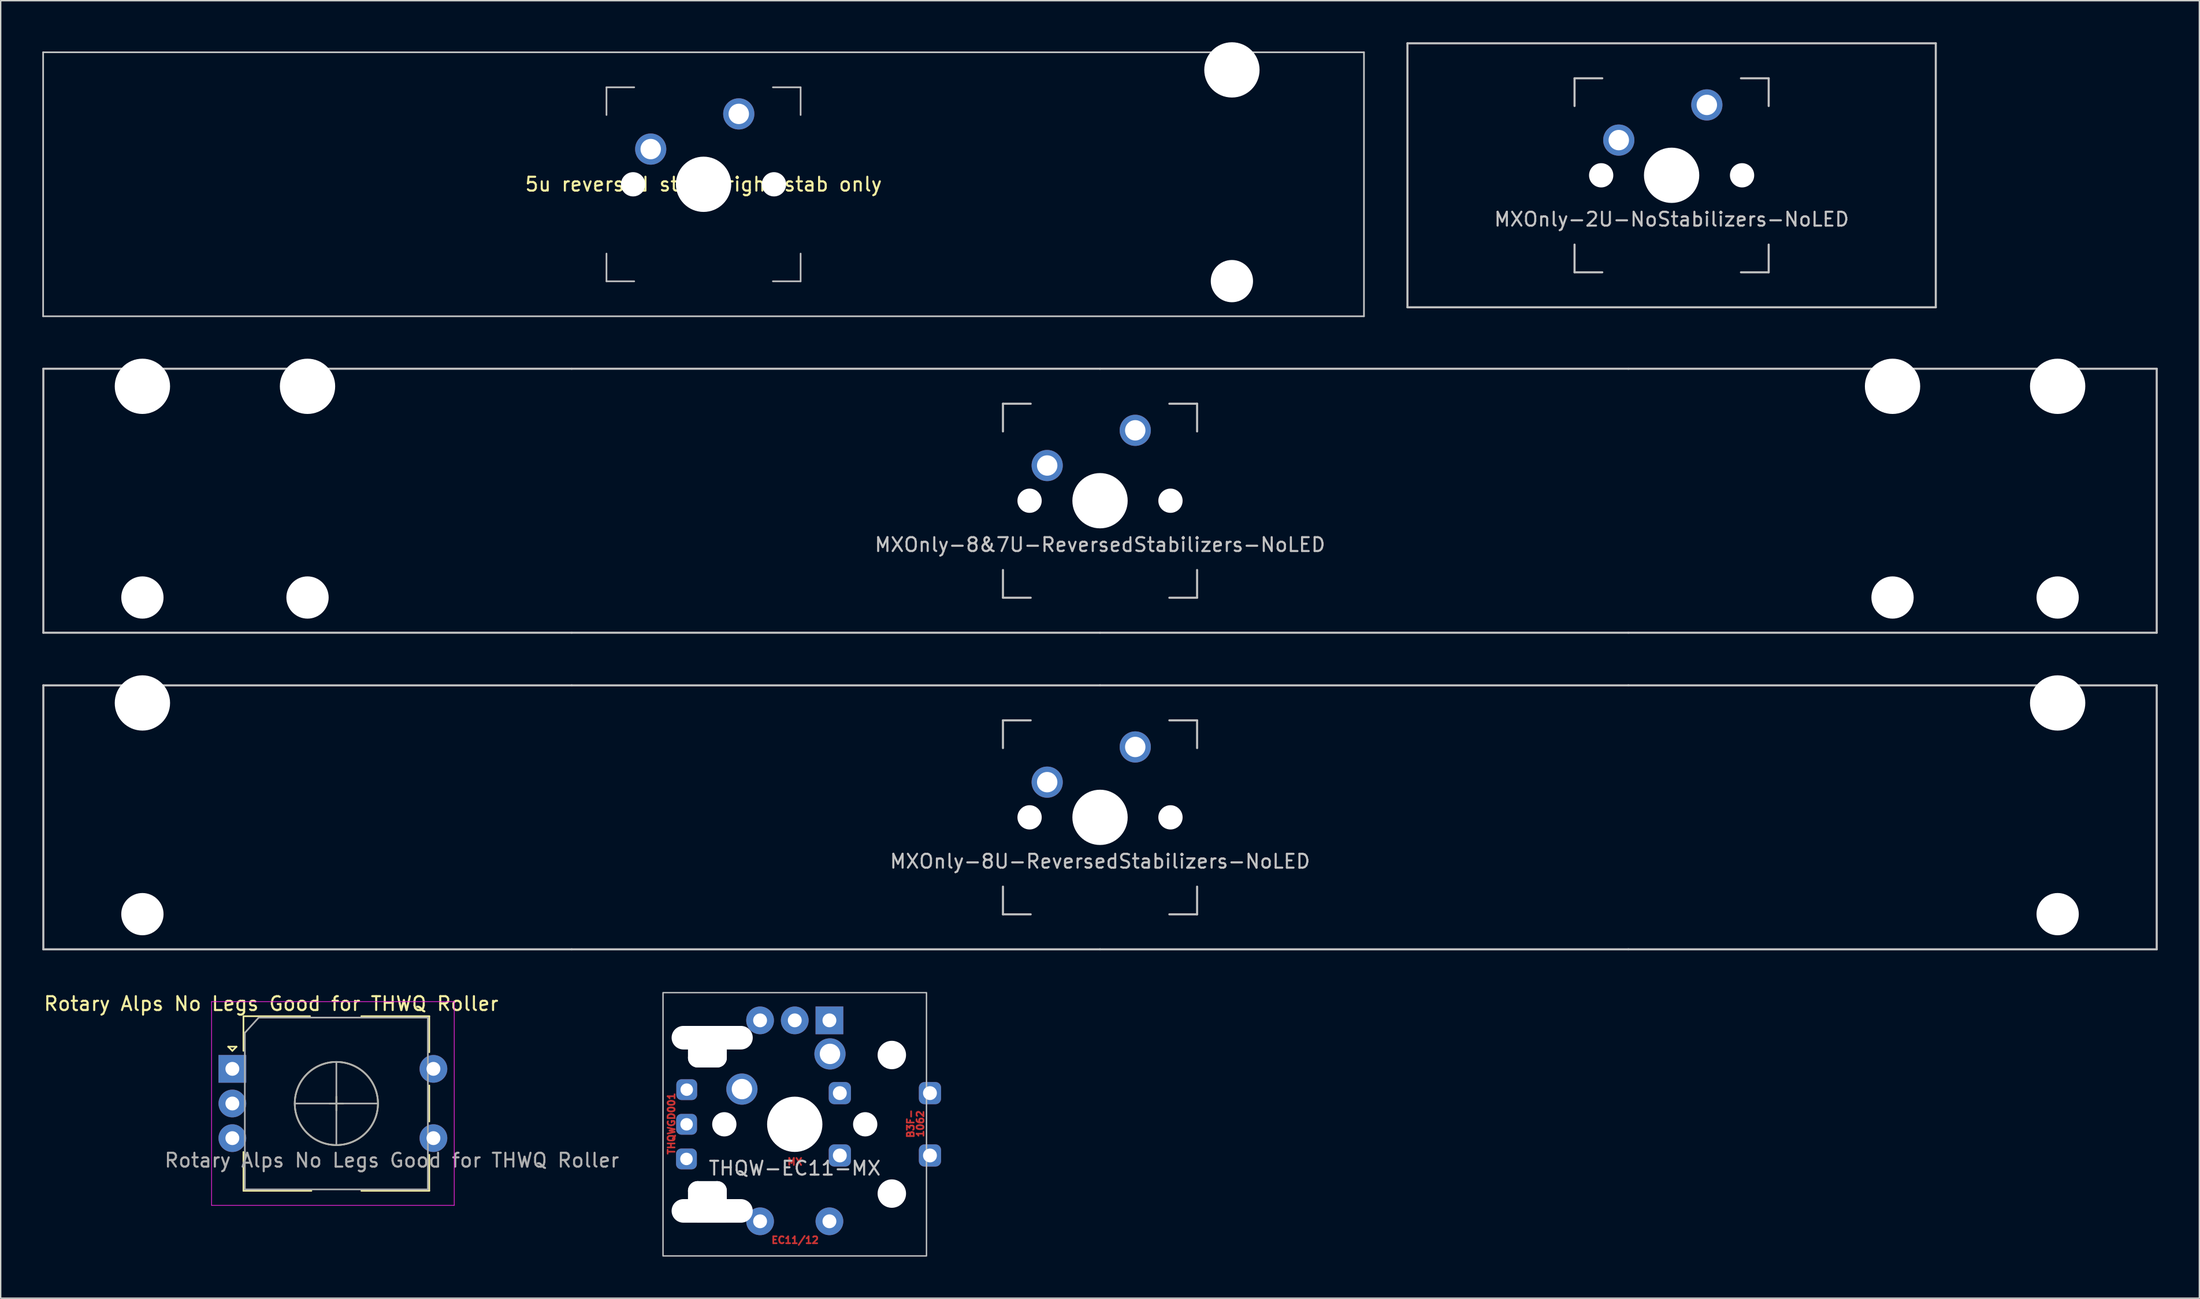
<source format=kicad_pcb>
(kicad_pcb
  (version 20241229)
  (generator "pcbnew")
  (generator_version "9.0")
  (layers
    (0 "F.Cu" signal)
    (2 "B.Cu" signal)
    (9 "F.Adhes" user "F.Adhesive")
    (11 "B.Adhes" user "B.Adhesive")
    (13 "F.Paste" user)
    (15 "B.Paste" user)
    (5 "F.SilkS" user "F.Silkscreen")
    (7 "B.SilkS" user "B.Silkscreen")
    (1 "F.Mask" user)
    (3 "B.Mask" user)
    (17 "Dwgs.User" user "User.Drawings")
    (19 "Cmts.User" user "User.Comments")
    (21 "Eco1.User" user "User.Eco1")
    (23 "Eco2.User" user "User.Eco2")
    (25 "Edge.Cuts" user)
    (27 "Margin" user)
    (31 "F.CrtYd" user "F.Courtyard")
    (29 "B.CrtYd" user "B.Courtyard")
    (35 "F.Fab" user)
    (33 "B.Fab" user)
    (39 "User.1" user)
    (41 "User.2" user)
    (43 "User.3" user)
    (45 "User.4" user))
  (footprint "MXOnly-2U-NoStabilizers-NoLED"
    (layer "F.Cu")
    (at 117.495 9.6)
    (property "Reference" "MXOnly-2U-NoStabilizers-NoLED" (at 0 3.175 0) (layer "Dwgs.User") (effects (font (size 1 1) (thickness 0.15))))
    (attr through_hole)
    (fp_line (start -19.05 -9.525) (end 19.05 -9.525) (stroke (width 0.15) (type solid)) (layer "Dwgs.User"))
    (fp_line (start -19.05 9.525) (end -19.05 -9.525) (stroke (width 0.15) (type solid)) (layer "Dwgs.User"))
    (fp_line (start -19.05 9.525) (end 19.05 9.525) (stroke (width 0.15) (type solid)) (layer "Dwgs.User"))
    (fp_line (start -7 -7) (end -7 -5) (stroke (width 0.15) (type solid)) (layer "Dwgs.User"))
    (fp_line (start -7 5) (end -7 7) (stroke (width 0.15) (type solid)) (layer "Dwgs.User"))
    (fp_line (start -7 7) (end -5 7) (stroke (width 0.15) (type solid)) (layer "Dwgs.User"))
    (fp_line (start -5 -7) (end -7 -7) (stroke (width 0.15) (type solid)) (layer "Dwgs.User"))
    (fp_line (start 5 -7) (end 7 -7) (stroke (width 0.15) (type solid)) (layer "Dwgs.User"))
    (fp_line (start 5 7) (end 7 7) (stroke (width 0.15) (type solid)) (layer "Dwgs.User"))
    (fp_line (start 7 -7) (end 7 -5) (stroke (width 0.15) (type solid)) (layer "Dwgs.User"))
    (fp_line (start 7 7) (end 7 5) (stroke (width 0.15) (type solid)) (layer "Dwgs.User"))
    (fp_line (start 19.05 -9.525) (end 19.05 9.525) (stroke (width 0.15) (type solid)) (layer "Dwgs.User"))
    (pad "" np_thru_hole circle (at -5.08 0 48.1) (size 1.75 1.75) (drill 1.75) (layers "*.Cu" "*.Mask"))
    (pad "" np_thru_hole circle (at 0 0) (size 3.988 3.988) (drill 3.988) (layers "*.Cu" "*.Mask"))
    (pad "" np_thru_hole circle (at 5.08 0 48.1) (size 1.75 1.75) (drill 1.75) (layers "*.Cu" "*.Mask"))
    (pad "1" thru_hole circle (at -3.81 -2.54) (size 2.25 2.25) (drill 1.47) (layers "*.Cu" "B.Mask"))
    (pad "2" thru_hole circle (at 2.54 -5.08) (size 2.25 2.25) (drill 1.47) (layers "*.Cu" "B.Mask")))
  (footprint "MXOnly-8U-ReversedStabilizers-NoLED"
    (layer "F.Cu")
    (at 76.276 55.932)
    (property "Reference" "MXOnly-8U-ReversedStabilizers-NoLED" (at 0 3.175 0) (layer "Dwgs.User") (effects (font (size 1 1) (thickness 0.15))))
    (attr through_hole)
    (fp_line (start -76.201 -9.525) (end -38.101 -9.525) (stroke (width 0.15) (type solid)) (layer "Dwgs.User"))
    (fp_line (start -76.201 9.525) (end -76.201 -9.525) (stroke (width 0.15) (type solid)) (layer "Dwgs.User"))
    (fp_line (start -76.201 9.525) (end -38.101 9.525) (stroke (width 0.15) (type solid)) (layer "Dwgs.User"))
    (fp_line (start -38.1 -9.525) (end -0.0004 -9.525) (stroke (width 0.15) (type solid)) (layer "Dwgs.User"))
    (fp_line (start -38.1 9.525) (end -0.0004 9.525) (stroke (width 0.15) (type solid)) (layer "Dwgs.User"))
    (fp_line (start -7 -7) (end -7 -5) (stroke (width 0.15) (type solid)) (layer "Dwgs.User"))
    (fp_line (start -7 5) (end -7 7) (stroke (width 0.15) (type solid)) (layer "Dwgs.User"))
    (fp_line (start -7 7) (end -5 7) (stroke (width 0.15) (type solid)) (layer "Dwgs.User"))
    (fp_line (start -5 -7) (end -7 -7) (stroke (width 0.15) (type solid)) (layer "Dwgs.User"))
    (fp_line (start 0.0004 -9.525) (end 38.1 -9.525) (stroke (width 0.15) (type solid)) (layer "Dwgs.User"))
    (fp_line (start 0.0004 9.525) (end 38.1 9.525) (stroke (width 0.15) (type solid)) (layer "Dwgs.User"))
    (fp_line (start 5 -7) (end 7 -7) (stroke (width 0.15) (type solid)) (layer "Dwgs.User"))
    (fp_line (start 5 7) (end 7 7) (stroke (width 0.15) (type solid)) (layer "Dwgs.User"))
    (fp_line (start 7 -7) (end 7 -5) (stroke (width 0.15) (type solid)) (layer "Dwgs.User"))
    (fp_line (start 7 7) (end 7 5) (stroke (width 0.15) (type solid)) (layer "Dwgs.User"))
    (fp_line (start 38.101 -9.525) (end 76.201 -9.525) (stroke (width 0.15) (type solid)) (layer "Dwgs.User"))
    (fp_line (start 38.101 9.525) (end 76.201 9.525) (stroke (width 0.15) (type solid)) (layer "Dwgs.User"))
    (fp_line (start 76.201 -9.525) (end 76.201 9.525) (stroke (width 0.15) (type solid)) (layer "Dwgs.User"))
    (pad "" np_thru_hole circle (at -69.057 -8.255) (size 3.988 3.988) (drill 3.988) (layers "*.Cu" "*.Mask"))
    (pad "" np_thru_hole circle (at -69.057 6.985) (size 3.048 3.048) (drill 3.048) (layers "*.Cu" "*.Mask"))
    (pad "" np_thru_hole circle (at -5.08 0 48.1) (size 1.75 1.75) (drill 1.75) (layers "*.Cu" "*.Mask"))
    (pad "" np_thru_hole circle (at 0 0) (size 3.988 3.988) (drill 3.988) (layers "*.Cu" "*.Mask"))
    (pad "" np_thru_hole circle (at 5.08 0 48.1) (size 1.75 1.75) (drill 1.75) (layers "*.Cu" "*.Mask"))
    (pad "" np_thru_hole circle (at 69.057 -8.255) (size 3.988 3.988) (drill 3.988) (layers "*.Cu" "*.Mask"))
    (pad "" np_thru_hole circle (at 69.057 6.985) (size 3.048 3.048) (drill 3.048) (layers "*.Cu" "*.Mask"))
    (pad "1" thru_hole circle (at -3.81 -2.54) (size 2.25 2.25) (drill 1.47) (layers "*.Cu" "B.Mask"))
    (pad "2" thru_hole circle (at 2.54 -5.08) (size 2.25 2.25) (drill 1.47) (layers "*.Cu" "B.Mask")))
  (footprint "Rotary Alps No Legs Good for THWQ Roller"
    (layer "F.Cu")
    (at 13.706 74.081)
    (property "Reference" "Rotary Alps No Legs Good for THWQ Roller" (at 2.8 -4.7 0) (layer "F.SilkS") (effects (font (size 1 1) (thickness 0.15))))
    (attr through_hole)
    (fp_line (start -0.3 -1.6) (end 0.3 -1.6) (stroke (width 0.12) (type solid)) (layer "F.SilkS"))
    (fp_line (start 0 -1.3) (end -0.3 -1.6) (stroke (width 0.12) (type solid)) (layer "F.SilkS"))
    (fp_line (start 0.3 -1.6) (end 0 -1.3) (stroke (width 0.12) (type solid)) (layer "F.SilkS"))
    (fp_line (start 0.8 -3.8) (end 0.8 -1.3) (stroke (width 0.12) (type solid)) (layer "F.SilkS"))
    (fp_line (start 0.8 8.8) (end 0.8 6) (stroke (width 0.12) (type solid)) (layer "F.SilkS"))
    (fp_line (start 5.6 -3.8) (end 0.8 -3.8) (stroke (width 0.12) (type solid)) (layer "F.SilkS"))
    (fp_line (start 5.7 8.8) (end 0.8 8.8) (stroke (width 0.12) (type solid)) (layer "F.SilkS"))
    (fp_line (start 7 2.5) (end 8 2.5) (stroke (width 0.12) (type solid)) (layer "F.SilkS"))
    (fp_line (start 7.5 2) (end 7.5 3) (stroke (width 0.12) (type solid)) (layer "F.SilkS"))
    (fp_line (start 9.3 -3.8) (end 14.2 -3.8) (stroke (width 0.12) (type solid)) (layer "F.SilkS"))
    (fp_line (start 14.2 -3.8) (end 14.2 -1.2) (stroke (width 0.12) (type solid)) (layer "F.SilkS"))
    (fp_line (start 14.2 1.2) (end 14.2 3.8) (stroke (width 0.12) (type solid)) (layer "F.SilkS"))
    (fp_line (start 14.2 6.2) (end 14.2 8.8) (stroke (width 0.12) (type solid)) (layer "F.SilkS"))
    (fp_line (start 14.2 8.8) (end 9.3 8.8) (stroke (width 0.12) (type solid)) (layer "F.SilkS"))
    (fp_circle (center 7.5 2.5) (end 10.5 2.5) (stroke (width 0.12) (type solid)) (fill no) (layer "F.SilkS"))
    (fp_line (start -1.5 -4.85) (end -1.5 9.85) (stroke (width 0.05) (type solid)) (layer "F.CrtYd"))
    (fp_line (start -1.5 -4.85) (end 16 -4.85) (stroke (width 0.05) (type solid)) (layer "F.CrtYd"))
    (fp_line (start 16 9.85) (end -1.5 9.85) (stroke (width 0.05) (type solid)) (layer "F.CrtYd"))
    (fp_line (start 16 9.85) (end 16 -4.85) (stroke (width 0.05) (type solid)) (layer "F.CrtYd"))
    (fp_line (start 0.9 -2.6) (end 1.9 -3.7) (stroke (width 0.12) (type solid)) (layer "F.Fab"))
    (fp_line (start 0.9 8.7) (end 0.9 -2.6) (stroke (width 0.12) (type solid)) (layer "F.Fab"))
    (fp_line (start 1.9 -3.7) (end 14.1 -3.7) (stroke (width 0.12) (type solid)) (layer "F.Fab"))
    (fp_line (start 4.5 2.5) (end 10.5 2.5) (stroke (width 0.12) (type solid)) (layer "F.Fab"))
    (fp_line (start 7.5 -0.5) (end 7.5 5.5) (stroke (width 0.12) (type solid)) (layer "F.Fab"))
    (fp_line (start 14.1 -3.7) (end 14.1 8.7) (stroke (width 0.12) (type solid)) (layer "F.Fab"))
    (fp_line (start 14.1 8.7) (end 0.9 8.7) (stroke (width 0.12) (type solid)) (layer "F.Fab"))
    (fp_circle (center 7.5 2.5) (end 10.5 2.5) (stroke (width 0.12) (type solid)) (fill no) (layer "F.Fab"))
    (fp_text user "${REFERENCE}" (at 11.5 6.6 0) (layer "F.Fab") (effects (font (size 1 1) (thickness 0.15))))
    (pad "A" thru_hole rect (at 0 0) (size 2 2) (drill 1) (layers "*.Cu" "*.Mask"))
    (pad "B" thru_hole circle (at 0 5) (size 2 2) (drill 1) (layers "*.Cu" "*.Mask"))
    (pad "C" thru_hole circle (at 0 2.5) (size 2 2) (drill 1) (layers "*.Cu" "*.Mask"))
    (pad "S1" thru_hole circle (at 14.5 5) (size 2 2) (drill 1) (layers "*.Cu" "*.Mask"))
    (pad "S2" thru_hole circle (at 14.5 0) (size 2 2) (drill 1) (layers "*.Cu" "*.Mask")))
  (footprint "5u reversed stabs right stab only"
    (layer "F.Cu")
    (at 47.685 10.249)
    (property "Reference" "5u reversed stabs right stab only" (at 0 0 0) (layer "F.SilkS") (effects (font (size 1 1) (thickness 0.15))))
    (attr through_hole exclude_from_pos_files)
    (fp_line (start -47.625 -9.525) (end -47.625 9.525) (stroke (width 0.12) (type solid)) (layer "Dwgs.User"))
    (fp_line (start -47.625 -9.525) (end 47.625 -9.525) (stroke (width 0.12) (type solid)) (layer "Dwgs.User"))
    (fp_line (start -47.625 9.525) (end 47.625 9.525) (stroke (width 0.12) (type solid)) (layer "Dwgs.User"))
    (fp_line (start -7 -7) (end -5 -7) (stroke (width 0.12) (type solid)) (layer "Dwgs.User"))
    (fp_line (start -7 -5) (end -7 -7) (stroke (width 0.12) (type solid)) (layer "Dwgs.User"))
    (fp_line (start -7 7) (end -7 5) (stroke (width 0.12) (type solid)) (layer "Dwgs.User"))
    (fp_line (start -5 7) (end -7 7) (stroke (width 0.12) (type solid)) (layer "Dwgs.User"))
    (fp_line (start 5 -7) (end 7 -7) (stroke (width 0.12) (type solid)) (layer "Dwgs.User"))
    (fp_line (start 5 7) (end 7 7) (stroke (width 0.12) (type solid)) (layer "Dwgs.User"))
    (fp_line (start 7 -7) (end 7 -5) (stroke (width 0.12) (type solid)) (layer "Dwgs.User"))
    (fp_line (start 7 7) (end 7 5) (stroke (width 0.12) (type solid)) (layer "Dwgs.User"))
    (fp_line (start 47.625 -9.525) (end 47.625 9.525) (stroke (width 0.12) (type solid)) (layer "Dwgs.User"))
    (pad "" np_thru_hole circle (at -5.08 0 48.1) (size 1.75 1.75) (drill 1.75) (layers "*.Cu" "*.Mask"))
    (pad "" np_thru_hole circle (at 0 0) (size 3.988 3.988) (drill 3.988) (layers "*.Cu" "*.Mask"))
    (pad "" np_thru_hole circle (at 5.08 0 48.1) (size 1.75 1.75) (drill 1.75) (layers "*.Cu" "*.Mask"))
    (pad "" np_thru_hole circle (at 38.101 6.987) (size 3.048 3.048) (drill 3.048) (layers "*.Cu" "*.Mask"))
    (pad "" np_thru_hole circle (at 38.102 -8.255 180) (size 3.988 3.988) (drill 3.988) (layers "*.Cu" "*.Mask"))
    (pad "1" thru_hole circle (at -3.81 -2.54) (size 2.25 2.25) (drill 1.47) (layers "*.Cu" "B.Mask"))
    (pad "2" thru_hole circle (at 2.54 -5.08) (size 2.25 2.25) (drill 1.47) (layers "*.Cu" "B.Mask")))
  (footprint "THQW-EC11-MX"
    (layer "F.Cu")
    (at 54.262 78.082)
    (property "Reference" "THQW-EC11-MX" (at 0 3.175 0) (layer "Dwgs.User") (effects (font (size 1 1) (thickness 0.15))))
    (attr through_hole)
    (fp_line (start -3.5 6.1) (end -5.9 6.1) (stroke (width 0.12) (type solid)) (layer "F.SilkS"))
    (fp_line (start 0 -0.5) (end 0 0.5) (stroke (width 0.12) (type solid)) (layer "F.SilkS"))
    (fp_line (start 0.5 0) (end -0.5 0) (stroke (width 0.12) (type solid)) (layer "F.SilkS"))
    (fp_line (start -7 -7) (end -7 -5) (stroke (width 0.15) (type solid)) (layer "Dwgs.User"))
    (fp_line (start -7 5) (end -7 7) (stroke (width 0.15) (type solid)) (layer "Dwgs.User"))
    (fp_line (start -7 7) (end -5 7) (stroke (width 0.15) (type solid)) (layer "Dwgs.User"))
    (fp_line (start -5 -7) (end -7 -7) (stroke (width 0.15) (type solid)) (layer "Dwgs.User"))
    (fp_rect (start -9.5 -9.5) (end 9.5 9.5) (stroke (width 0.1) (type default)) (fill no) (layer "Dwgs.User"))
    (fp_text user "EC11/12" (at -1.75 8.65 0) (unlocked yes) (layer "F.Cu") (effects (font (size 0.5 0.5) (thickness 0.125) (bold yes)) (justify left bottom)))
    (fp_text user "THQWGD001" (at -8.6 2.25 90) (unlocked yes) (layer "F.Cu") (effects (font (size 0.5 0.5) (thickness 0.125) (bold yes)) (justify left bottom)))
    (fp_text user "MX" (at -0.6 3 0) (unlocked yes) (layer "F.Cu") (effects (font (size 0.5 0.5) (thickness 0.125) (bold yes)) (justify left bottom)))
    (fp_text user "1062" (at 9.35 1 90) (unlocked yes) (layer "F.Cu") (effects (font (size 0.5 0.5) (thickness 0.125) (bold yes)) (justify left bottom)))
    (fp_text user "B3F-" (at 8.65 1.05 90) (unlocked yes) (layer "F.Cu") (effects (font (size 0.5 0.5) (thickness 0.125) (bold yes)) (justify left bottom)))
    (pad "" np_thru_hole oval (at -7 -5.1 270) (size 2 1.4) (drill oval 2 1.4) (layers "*.Cu" "*.Mask"))
    (pad "" np_thru_hole oval (at -7 5.1 270) (size 2 1.4) (drill oval 2 1.4) (layers "*.Cu" "*.Mask"))
    (pad "" np_thru_hole oval (at -6.3 -4.8 180) (size 2.8 1.4) (drill oval 2.8 1.4) (layers "*.Cu" "*.Mask"))
    (pad "" np_thru_hole oval (at -6.3 4.8) (size 2.8 1.4) (drill oval 2.8 1.4) (layers "*.Cu" "*.Mask"))
    (pad "" np_thru_hole oval (at -5.955 -6.25 270) (size 1.7 5.85) (drill oval 1.7 5.85) (layers "*.Cu" "*.Mask"))
    (pad "" np_thru_hole oval (at -5.955 6.25 270) (size 1.7 5.85) (drill oval 1.7 5.85) (layers "*.Cu" "*.Mask"))
    (pad "" np_thru_hole oval (at -5.6 -5.1 270) (size 2 1.4) (drill oval 2 1.4) (layers "*.Cu" "*.Mask"))
    (pad "" np_thru_hole oval (at -5.6 5.1 270) (size 2 1.4) (drill oval 2 1.4) (layers "*.Cu" "*.Mask"))
    (pad "" np_thru_hole circle (at -5.08 0 48.1) (size 1.75 1.75) (drill 1.75) (layers "*.Cu" "*.Mask"))
    (pad "" np_thru_hole circle (at 0 0) (size 3.988 3.988) (drill 3.988) (layers "*.Cu" "*.Mask"))
    (pad "" np_thru_hole circle (at 5.08 0 48.1) (size 1.75 1.75) (drill 1.75) (layers "*.Cu" "*.Mask"))
    (pad "" np_thru_hole circle (at 7 -5) (size 2.05 2.05) (drill 2.05) (layers "*.Cu" "*.Mask"))
    (pad "" np_thru_hole circle (at 7 5) (size 2.05 2.05) (drill 2.05) (layers "*.Cu" "*.Mask"))
    (pad "1" thru_hole circle (at -3.81 -2.54) (size 2.25 2.25) (drill 1.47) (layers "*.Cu" "B.Mask"))
    (pad "1" thru_hole circle (at -2.5 7 270) (size 2 2) (drill 1) (layers "*.Cu" "*.Mask"))
    (pad "1" thru_hole roundrect (at 3.25 -2.25) (size 1.6 1.6) (drill 1) (layers "*.Cu" "B.Mask") (roundrect_rratio 0.25))
    (pad "1" thru_hole roundrect (at 9.75 -2.25) (size 1.6 1.6) (drill 1) (layers "*.Cu" "B.Mask") (roundrect_rratio 0.25))
    (pad "2" thru_hole circle (at 2.5 7 270) (size 2 2) (drill 1) (layers "*.Cu" "*.Mask"))
    (pad "2" thru_hole circle (at 2.54 -5.08) (size 2.25 2.25) (drill 1.47) (layers "*.Cu" "B.Mask"))
    (pad "2" thru_hole roundrect (at 3.25 2.25) (size 1.6 1.6) (drill 1) (layers "*.Cu" "B.Mask") (roundrect_rratio 0.25))
    (pad "2" thru_hole roundrect (at 9.75 2.25) (size 1.6 1.6) (drill 1) (layers "*.Cu" "B.Mask") (roundrect_rratio 0.25))
    (pad "A" thru_hole roundrect (at -7.79 -2.5 90) (size 1.5 1.5) (drill 0.9) (layers "*.Cu" "B.Mask") (roundrect_rratio 0.25))
    (pad "A" thru_hole rect (at 2.5 -7.5 270) (size 2 2) (drill 1) (layers "*.Cu" "*.Mask"))
    (pad "B" thru_hole roundrect (at -7.8 0 90) (size 1.5 1.5) (drill 0.9) (layers "*.Cu" "B.Mask") (roundrect_rratio 0.25))
    (pad "B" thru_hole circle (at -2.5 -7.5 270) (size 2 2) (drill 1) (layers "*.Cu" "*.Mask"))
    (pad "C" thru_hole roundrect (at -7.81 2.5 90) (size 1.5 1.5) (drill 0.9) (layers "*.Cu" "B.Mask") (roundrect_rratio 0.25))
    (pad "C" thru_hole circle (at 0 -7.5 270) (size 2 2) (drill 1) (layers "*.Cu" "*.Mask")))
  (footprint "MXOnly-8&7U-ReversedStabilizers-NoLED"
    (layer "F.Cu")
    (at 76.276 33.083)
    (property "Reference" "MXOnly-8&7U-ReversedStabilizers-NoLED" (at 0 3.175 0) (layer "Dwgs.User") (effects (font (size 1 1) (thickness 0.15))))
    (attr through_hole)
    (fp_line (start -76.201 -9.525) (end -38.101 -9.525) (stroke (width 0.15) (type solid)) (layer "Dwgs.User"))
    (fp_line (start -76.201 9.525) (end -76.201 -9.525) (stroke (width 0.15) (type solid)) (layer "Dwgs.User"))
    (fp_line (start -76.201 9.525) (end -38.101 9.525) (stroke (width 0.15) (type solid)) (layer "Dwgs.User"))
    (fp_line (start -38.1 -9.525) (end -0.0004 -9.525) (stroke (width 0.15) (type solid)) (layer "Dwgs.User"))
    (fp_line (start -38.1 9.525) (end -0.0004 9.525) (stroke (width 0.15) (type solid)) (layer "Dwgs.User"))
    (fp_line (start -7 -7) (end -7 -5) (stroke (width 0.15) (type solid)) (layer "Dwgs.User"))
    (fp_line (start -7 5) (end -7 7) (stroke (width 0.15) (type solid)) (layer "Dwgs.User"))
    (fp_line (start -7 7) (end -5 7) (stroke (width 0.15) (type solid)) (layer "Dwgs.User"))
    (fp_line (start -5 -7) (end -7 -7) (stroke (width 0.15) (type solid)) (layer "Dwgs.User"))
    (fp_line (start 0.0004 -9.525) (end 38.1 -9.525) (stroke (width 0.15) (type solid)) (layer "Dwgs.User"))
    (fp_line (start 0.0004 9.525) (end 38.1 9.525) (stroke (width 0.15) (type solid)) (layer "Dwgs.User"))
    (fp_line (start 5 -7) (end 7 -7) (stroke (width 0.15) (type solid)) (layer "Dwgs.User"))
    (fp_line (start 5 7) (end 7 7) (stroke (width 0.15) (type solid)) (layer "Dwgs.User"))
    (fp_line (start 7 -7) (end 7 -5) (stroke (width 0.15) (type solid)) (layer "Dwgs.User"))
    (fp_line (start 7 7) (end 7 5) (stroke (width 0.15) (type solid)) (layer "Dwgs.User"))
    (fp_line (start 38.101 -9.525) (end 76.201 -9.525) (stroke (width 0.15) (type solid)) (layer "Dwgs.User"))
    (fp_line (start 38.101 9.525) (end 76.201 9.525) (stroke (width 0.15) (type solid)) (layer "Dwgs.User"))
    (fp_line (start 76.201 -9.525) (end 76.201 9.525) (stroke (width 0.15) (type solid)) (layer "Dwgs.User"))
    (pad "" np_thru_hole circle (at -69.057 -8.255) (size 3.988 3.988) (drill 3.988) (layers "*.Cu" "*.Mask"))
    (pad "" np_thru_hole circle (at -69.057 6.985) (size 3.048 3.048) (drill 3.048) (layers "*.Cu" "*.Mask"))
    (pad "" np_thru_hole circle (at -57.15 -8.255) (size 3.988 3.988) (drill 3.988) (layers "*.Cu" "*.Mask"))
    (pad "" np_thru_hole circle (at -57.15 6.985) (size 3.048 3.048) (drill 3.048) (layers "*.Cu" "*.Mask"))
    (pad "" np_thru_hole circle (at -5.08 0 48.1) (size 1.75 1.75) (drill 1.75) (layers "*.Cu" "*.Mask"))
    (pad "" np_thru_hole circle (at 0 0) (size 3.988 3.988) (drill 3.988) (layers "*.Cu" "*.Mask"))
    (pad "" np_thru_hole circle (at 5.08 0 48.1) (size 1.75 1.75) (drill 1.75) (layers "*.Cu" "*.Mask"))
    (pad "" np_thru_hole circle (at 57.15 -8.255) (size 3.988 3.988) (drill 3.988) (layers "*.Cu" "*.Mask"))
    (pad "" np_thru_hole circle (at 57.15 6.985) (size 3.048 3.048) (drill 3.048) (layers "*.Cu" "*.Mask"))
    (pad "" np_thru_hole circle (at 69.057 -8.255) (size 3.988 3.988) (drill 3.988) (layers "*.Cu" "*.Mask"))
    (pad "" np_thru_hole circle (at 69.057 6.985) (size 3.048 3.048) (drill 3.048) (layers "*.Cu" "*.Mask"))
    (pad "1" thru_hole circle (at -3.81 -2.54) (size 2.25 2.25) (drill 1.47) (layers "*.Cu" "B.Mask"))
    (pad "2" thru_hole circle (at 2.54 -5.08) (size 2.25 2.25) (drill 1.47) (layers "*.Cu" "B.Mask")))
  (gr_rect
    (start -3 -3)
    (end 155.552 90.632)
    (stroke (width 0.1) (type default))
    (fill no)
    (layer "Edge.Cuts")))
</source>
